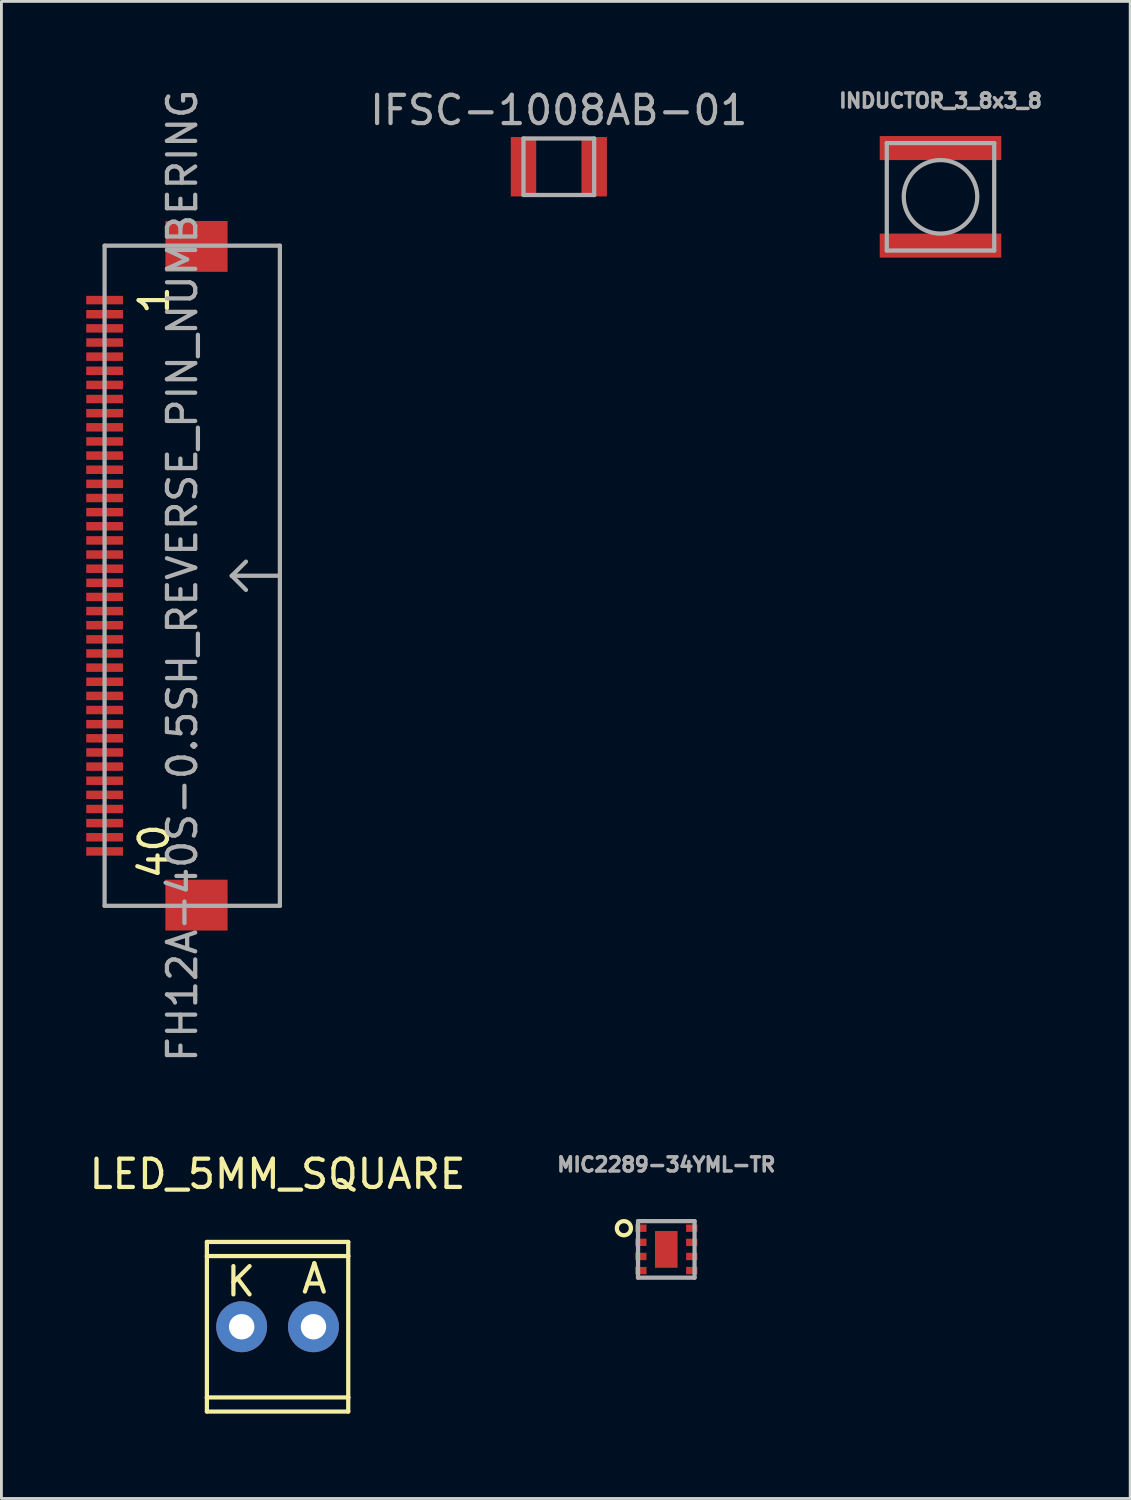
<source format=kicad_pcb>
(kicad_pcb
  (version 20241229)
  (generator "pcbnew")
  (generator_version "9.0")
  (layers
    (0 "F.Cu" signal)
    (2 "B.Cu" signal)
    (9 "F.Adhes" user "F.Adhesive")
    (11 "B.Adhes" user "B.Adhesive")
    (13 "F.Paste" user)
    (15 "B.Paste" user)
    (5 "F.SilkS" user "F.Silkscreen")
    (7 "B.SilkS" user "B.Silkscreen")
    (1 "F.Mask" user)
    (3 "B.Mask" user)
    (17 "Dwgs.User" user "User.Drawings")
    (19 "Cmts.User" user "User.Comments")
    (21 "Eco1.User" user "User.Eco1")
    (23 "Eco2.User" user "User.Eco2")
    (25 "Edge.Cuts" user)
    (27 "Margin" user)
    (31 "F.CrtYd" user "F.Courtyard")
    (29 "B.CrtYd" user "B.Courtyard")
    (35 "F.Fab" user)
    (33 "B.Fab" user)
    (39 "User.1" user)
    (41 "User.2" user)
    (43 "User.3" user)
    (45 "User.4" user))
  (footprint "MIC2289-34YML-TR"
    (layer "F.Cu")
    (at 20.518 41.143)
    (property "Reference" "MIC2289-34YML-TR" (at 0 -3 0) (layer "F.Fab") (effects (font (size 0.5 0.5) (thickness 0.125))))
    (attr through_hole)
    (fp_circle (center -1.5 -0.75) (end -1.5 -1) (stroke (width 0.15) (type solid)) (fill no) (layer "F.SilkS"))
    (fp_line (start -1 -1) (end -1 1) (stroke (width 0.15) (type solid)) (layer "F.Fab"))
    (fp_line (start -1 -1) (end 1 -1) (stroke (width 0.15) (type solid)) (layer "F.Fab"))
    (fp_line (start 1 -1) (end 1 1) (stroke (width 0.15) (type solid)) (layer "F.Fab"))
    (fp_line (start 1 1) (end -1 1) (stroke (width 0.15) (type solid)) (layer "F.Fab"))
    (pad "" smd rect (at 0 -0.3) (size 0.6 0.45) (layers "F.Paste"))
    (pad "" smd rect (at 0 0.3) (size 0.6 0.45) (layers "F.Paste"))
    (pad "1" smd rect (at -0.9 -0.75) (size 0.4 0.26) (layers "F.Cu" "F.Mask" "F.Paste"))
    (pad "2" smd rect (at -0.9 -0.25) (size 0.4 0.26) (layers "F.Cu" "F.Mask" "F.Paste"))
    (pad "3" smd rect (at -0.9 0.25) (size 0.4 0.26) (layers "F.Cu" "F.Mask" "F.Paste"))
    (pad "4" smd rect (at -0.9 0.75) (size 0.4 0.26) (layers "F.Cu" "F.Mask" "F.Paste"))
    (pad "5" smd rect (at 0.9 0.75) (size 0.4 0.26) (layers "F.Cu" "F.Mask" "F.Paste"))
    (pad "6" smd rect (at 0.9 0.25) (size 0.4 0.26) (layers "F.Cu" "F.Mask" "F.Paste"))
    (pad "7" smd rect (at 0.9 -0.25) (size 0.4 0.26) (layers "F.Cu" "F.Mask" "F.Paste"))
    (pad "8" smd rect (at 0.9 -0.75) (size 0.4 0.26) (layers "F.Cu" "F.Mask" "F.Paste"))
    (pad "9" smd rect (at 0 0) (size 0.8 1.3) (layers "F.Cu" "F.Mask")))
  (footprint "LED_5MM_SQUARE"
    (layer "F.Cu")
    (at 6.768 43.879)
    (property "Reference" "LED_5MM_SQUARE" (at 0 -5.4 0) (layer "F.SilkS") (effects (font (size 1 1) (thickness 0.15))))
    (attr through_hole)
    (fp_line (start -2.5 -3) (end -2.5 -2.5) (stroke (width 0.15) (type solid)) (layer "F.SilkS"))
    (fp_line (start -2.5 -3) (end 2.5 -3) (stroke (width 0.15) (type solid)) (layer "F.SilkS"))
    (fp_line (start -2.5 -2.5) (end -2.5 2.5) (stroke (width 0.15) (type solid)) (layer "F.SilkS"))
    (fp_line (start -2.5 2.5) (end -2.5 3) (stroke (width 0.15) (type solid)) (layer "F.SilkS"))
    (fp_line (start -2.5 2.5) (end 2.5 2.5) (stroke (width 0.15) (type solid)) (layer "F.SilkS"))
    (fp_line (start -2.5 3) (end 2.5 3) (stroke (width 0.15) (type solid)) (layer "F.SilkS"))
    (fp_line (start 2.5 -3) (end 2.5 -2.5) (stroke (width 0.15) (type solid)) (layer "F.SilkS"))
    (fp_line (start 2.5 -2.5) (end -2.5 -2.5) (stroke (width 0.15) (type solid)) (layer "F.SilkS"))
    (fp_line (start 2.5 2.5) (end 2.5 -2.5) (stroke (width 0.15) (type solid)) (layer "F.SilkS"))
    (fp_line (start 2.5 3) (end 2.5 2.5) (stroke (width 0.15) (type solid)) (layer "F.SilkS"))
    (fp_text user "K" (at -1.3 -1.6 0) (layer "F.SilkS") (effects (font (size 1 1) (thickness 0.15))))
    (fp_text user "A" (at 1.3 -1.7 0) (layer "F.SilkS") (effects (font (size 1 1) (thickness 0.15))))
    (pad "1" thru_hole circle (at -1.27 0) (size 1.8 1.8) (drill 0.9) (layers "*.Cu" "*.Mask"))
    (pad "2" thru_hole circle (at 1.27 0) (size 1.8 1.8) (drill 0.9) (layers "*.Cu" "*.Mask")))
  (footprint "IFSC-1008AB-01"
    (layer "F.Cu")
    (at 16.717 2.848)
    (property "Reference" "IFSC-1008AB-01" (at 0 -2 0) (layer "F.Fab") (effects (font (size 1 1) (thickness 0.15))))
    (attr through_hole)
    (fp_line (start -1.25 -1) (end -1.25 1) (stroke (width 0.15) (type solid)) (layer "F.Fab"))
    (fp_line (start -1.25 -1) (end 1.25 -1) (stroke (width 0.15) (type solid)) (layer "F.Fab"))
    (fp_line (start -1.25 1) (end 1.25 1) (stroke (width 0.15) (type solid)) (layer "F.Fab"))
    (fp_line (start 1.25 -1) (end 1.25 1) (stroke (width 0.15) (type solid)) (layer "F.Fab"))
    (pad "1" smd rect (at -1.25 0) (size 0.9 2.1) (layers "F.Cu" "F.Mask" "F.Paste"))
    (pad "2" smd rect (at 1.25 0) (size 0.9 2.1) (layers "F.Cu" "F.Mask" "F.Paste")))
  (footprint "FH12A-40S-0.5SH_REVERSE_PIN_NUMBERING"
    (layer "F.Cu")
    (at 0.65 17.315)
    (property "Reference" "FH12A-40S-0.5SH_REVERSE_PIN_NUMBERING" (at 2.75 0 270) (layer "F.Fab") (effects (font (size 1 1) (thickness 0.15))))
    (attr through_hole)
    (fp_line (start 0 -11.675) (end 0 11.675) (stroke (width 0.15) (type solid)) (layer "F.Fab"))
    (fp_line (start 4.5 0) (end 5 -0.5) (stroke (width 0.15) (type solid)) (layer "F.Fab"))
    (fp_line (start 4.5 0) (end 5 0.5) (stroke (width 0.15) (type solid)) (layer "F.Fab"))
    (fp_line (start 6.2 -11.675) (end 0 -11.675) (stroke (width 0.15) (type solid)) (layer "F.Fab"))
    (fp_line (start 6.2 0) (end 4.5 0) (stroke (width 0.15) (type solid)) (layer "F.Fab"))
    (fp_line (start 6.2 11.675) (end 0 11.675) (stroke (width 0.15) (type solid)) (layer "F.Fab"))
    (fp_line (start 6.2 11.675) (end 6.2 -11.675) (stroke (width 0.15) (type solid)) (layer "F.Fab"))
    (fp_text user "1" (at 1.75 -9.75 90) (layer "F.SilkS") (effects (font (size 1 1) (thickness 0.15))))
    (fp_text user "40" (at 1.75 9.75 90) (layer "F.SilkS") (effects (font (size 1 1) (thickness 0.15))))
    (pad "1" smd rect (at 0 -9.75 270) (size 0.3 1.3) (layers "F.Cu" "F.Mask" "F.Paste"))
    (pad "2" smd rect (at 0 -9.25 270) (size 0.3 1.3) (layers "F.Cu" "F.Mask" "F.Paste"))
    (pad "3" smd rect (at 0 -8.75 270) (size 0.3 1.3) (layers "F.Cu" "F.Mask" "F.Paste"))
    (pad "4" smd rect (at 0 -8.25 270) (size 0.3 1.3) (layers "F.Cu" "F.Mask" "F.Paste"))
    (pad "5" smd rect (at 0 -7.75 270) (size 0.3 1.3) (layers "F.Cu" "F.Mask" "F.Paste"))
    (pad "6" smd rect (at 0 -7.25 270) (size 0.3 1.3) (layers "F.Cu" "F.Mask" "F.Paste"))
    (pad "7" smd rect (at 0 -6.75 270) (size 0.3 1.3) (layers "F.Cu" "F.Mask" "F.Paste"))
    (pad "8" smd rect (at 0 -6.25 270) (size 0.3 1.3) (layers "F.Cu" "F.Mask" "F.Paste"))
    (pad "9" smd rect (at 0 -5.75 270) (size 0.3 1.3) (layers "F.Cu" "F.Mask" "F.Paste"))
    (pad "10" smd rect (at 0 -5.25 270) (size 0.3 1.3) (layers "F.Cu" "F.Mask" "F.Paste"))
    (pad "11" smd rect (at 0 -4.75 270) (size 0.3 1.3) (layers "F.Cu" "F.Mask" "F.Paste"))
    (pad "12" smd rect (at 0 -4.25 270) (size 0.3 1.3) (layers "F.Cu" "F.Mask" "F.Paste"))
    (pad "13" smd rect (at 0 -3.75 270) (size 0.3 1.3) (layers "F.Cu" "F.Mask" "F.Paste"))
    (pad "14" smd rect (at 0 -3.25 270) (size 0.3 1.3) (layers "F.Cu" "F.Mask" "F.Paste"))
    (pad "15" smd rect (at 0 -2.75 270) (size 0.3 1.3) (layers "F.Cu" "F.Mask" "F.Paste"))
    (pad "16" smd rect (at 0 -2.25 270) (size 0.3 1.3) (layers "F.Cu" "F.Mask" "F.Paste"))
    (pad "17" smd rect (at 0 -1.75 270) (size 0.3 1.3) (layers "F.Cu" "F.Mask" "F.Paste"))
    (pad "18" smd rect (at 0 -1.25 270) (size 0.3 1.3) (layers "F.Cu" "F.Mask" "F.Paste"))
    (pad "19" smd rect (at 0 -0.75 270) (size 0.3 1.3) (layers "F.Cu" "F.Mask" "F.Paste"))
    (pad "20" smd rect (at 0 -0.25 270) (size 0.3 1.3) (layers "F.Cu" "F.Mask" "F.Paste"))
    (pad "21" smd rect (at 0 0.25 270) (size 0.3 1.3) (layers "F.Cu" "F.Mask" "F.Paste"))
    (pad "22" smd rect (at 0 0.75 270) (size 0.3 1.3) (layers "F.Cu" "F.Mask" "F.Paste"))
    (pad "23" smd rect (at 0 1.25 270) (size 0.3 1.3) (layers "F.Cu" "F.Mask" "F.Paste"))
    (pad "24" smd rect (at 0 1.75 270) (size 0.3 1.3) (layers "F.Cu" "F.Mask" "F.Paste"))
    (pad "25" smd rect (at 0 2.25 270) (size 0.3 1.3) (layers "F.Cu" "F.Mask" "F.Paste"))
    (pad "26" smd rect (at 0 2.75 270) (size 0.3 1.3) (layers "F.Cu" "F.Mask" "F.Paste"))
    (pad "27" smd rect (at 0 3.25 270) (size 0.3 1.3) (layers "F.Cu" "F.Mask" "F.Paste"))
    (pad "28" smd rect (at 0 3.75 270) (size 0.3 1.3) (layers "F.Cu" "F.Mask" "F.Paste"))
    (pad "29" smd rect (at 0 4.25 270) (size 0.3 1.3) (layers "F.Cu" "F.Mask" "F.Paste"))
    (pad "30" smd rect (at 0 4.75 270) (size 0.3 1.3) (layers "F.Cu" "F.Mask" "F.Paste"))
    (pad "31" smd rect (at 0 5.25 270) (size 0.3 1.3) (layers "F.Cu" "F.Mask" "F.Paste"))
    (pad "32" smd rect (at 0 5.75 270) (size 0.3 1.3) (layers "F.Cu" "F.Mask" "F.Paste"))
    (pad "33" smd rect (at 0 6.25 270) (size 0.3 1.3) (layers "F.Cu" "F.Mask" "F.Paste"))
    (pad "34" smd rect (at 0 6.75 270) (size 0.3 1.3) (layers "F.Cu" "F.Mask" "F.Paste"))
    (pad "35" smd rect (at 0 7.25 270) (size 0.3 1.3) (layers "F.Cu" "F.Mask" "F.Paste"))
    (pad "36" smd rect (at 0 7.75 270) (size 0.3 1.3) (layers "F.Cu" "F.Mask" "F.Paste"))
    (pad "37" smd rect (at 0 8.25 270) (size 0.3 1.3) (layers "F.Cu" "F.Mask" "F.Paste"))
    (pad "38" smd rect (at 0 8.75 270) (size 0.3 1.3) (layers "F.Cu" "F.Mask" "F.Paste"))
    (pad "39" smd rect (at 0 9.25 270) (size 0.3 1.3) (layers "F.Cu" "F.Mask" "F.Paste"))
    (pad "40" smd rect (at 0 9.75 270) (size 0.3 1.3) (layers "F.Cu" "F.Mask" "F.Paste"))
    (pad "M1" smd rect (at 3.25 -11.65 270) (size 1.8 2.2) (layers "F.Cu" "F.Mask" "F.Paste"))
    (pad "M2" smd rect (at 3.25 11.65 270) (size 1.8 2.2) (layers "F.Cu" "F.Mask" "F.Paste")))
  (footprint "INDUCTOR_3_8x3_8"
    (layer "F.Cu")
    (at 30.217 3.912)
    (property "Reference" "INDUCTOR_3_8x3_8" (at 0 -3.4 0) (layer "F.Fab") (effects (font (size 0.5 0.5) (thickness 0.125))))
    (attr through_hole)
    (fp_line (start -1.9 -1.9) (end -1.9 1.9) (stroke (width 0.15) (type solid)) (layer "F.Fab"))
    (fp_line (start -1.9 -1.9) (end 1.9 -1.9) (stroke (width 0.15) (type solid)) (layer "F.Fab"))
    (fp_line (start -1.9 1.9) (end 1.9 1.9) (stroke (width 0.15) (type solid)) (layer "F.Fab"))
    (fp_line (start 1.9 -1.9) (end 1.9 1.9) (stroke (width 0.15) (type solid)) (layer "F.Fab"))
    (fp_circle (center 0 0) (end 0 -1.3) (stroke (width 0.15) (type solid)) (fill no) (layer "F.Fab"))
    (pad "1" smd rect (at 0 -1.725) (size 4.3 0.85) (layers "F.Cu" "F.Mask" "F.Paste"))
    (pad "2" smd rect (at 0 1.725) (size 4.3 0.85) (layers "F.Cu" "F.Mask" "F.Paste")))
  (gr_rect
    (start -3 -3)
    (end 36.926 49.954)
    (stroke (width 0.1) (type default))
    (fill no)
    (layer "Edge.Cuts")))
</source>
